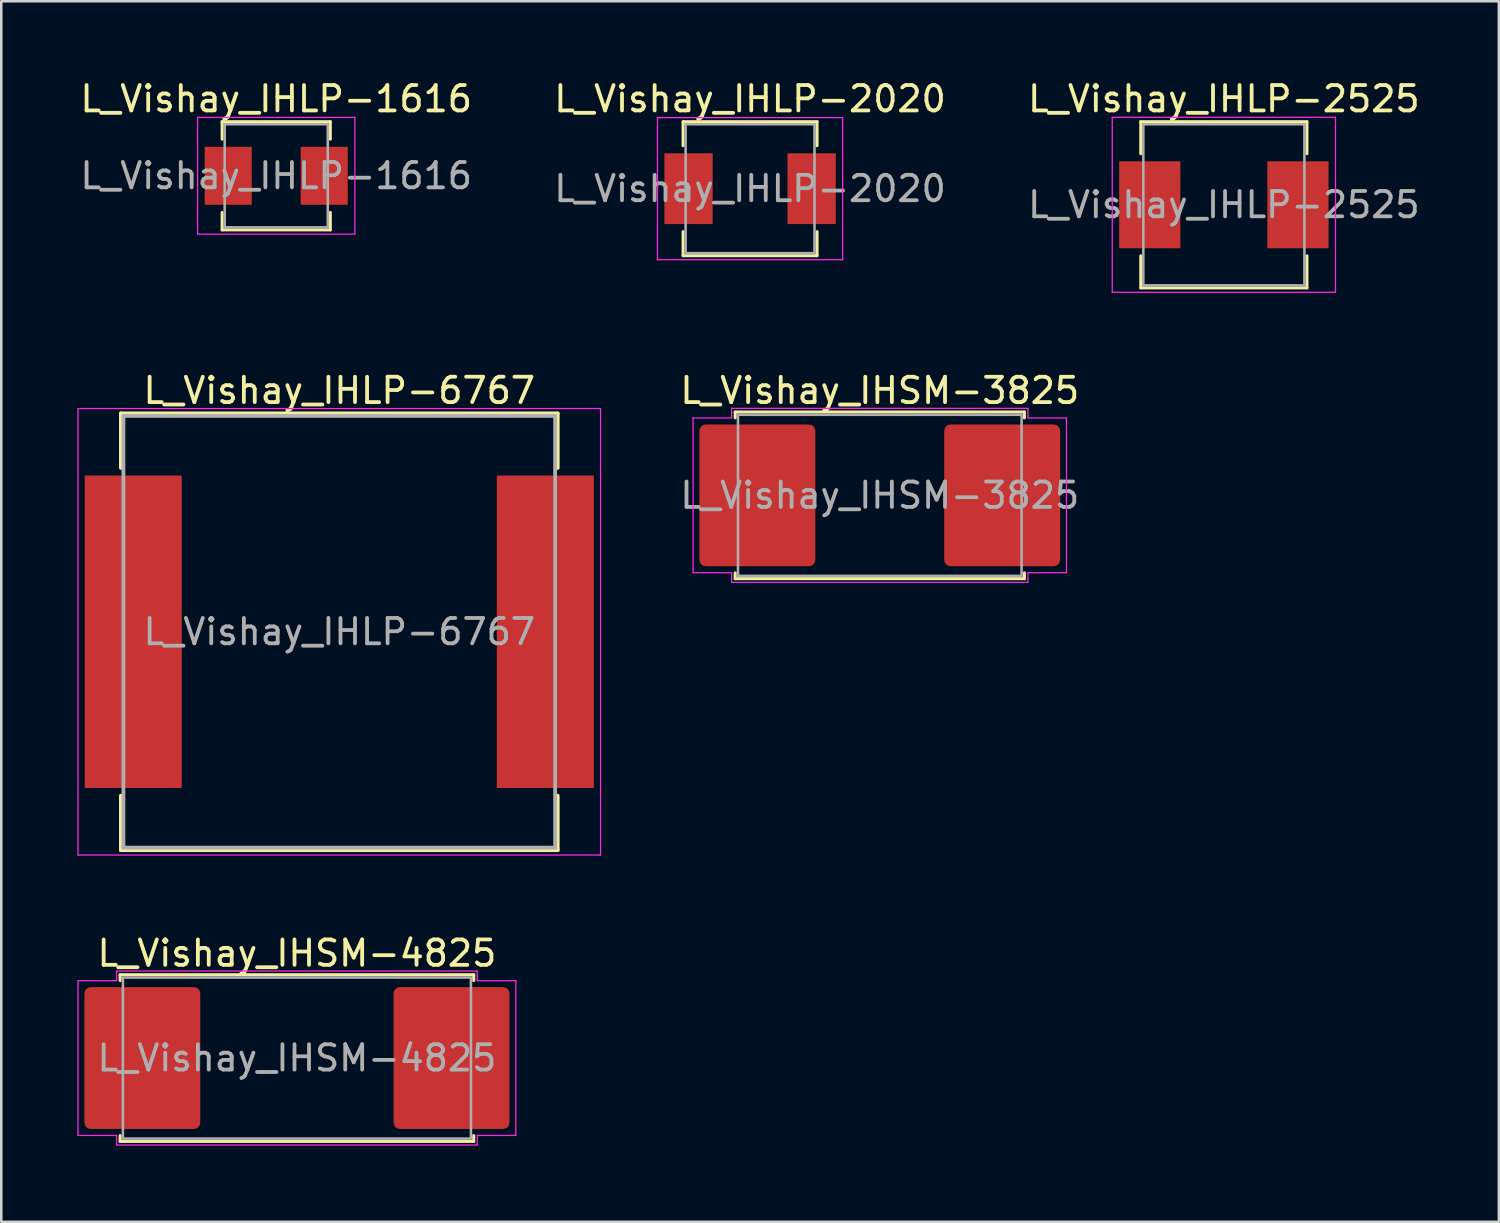
<source format=kicad_pcb>
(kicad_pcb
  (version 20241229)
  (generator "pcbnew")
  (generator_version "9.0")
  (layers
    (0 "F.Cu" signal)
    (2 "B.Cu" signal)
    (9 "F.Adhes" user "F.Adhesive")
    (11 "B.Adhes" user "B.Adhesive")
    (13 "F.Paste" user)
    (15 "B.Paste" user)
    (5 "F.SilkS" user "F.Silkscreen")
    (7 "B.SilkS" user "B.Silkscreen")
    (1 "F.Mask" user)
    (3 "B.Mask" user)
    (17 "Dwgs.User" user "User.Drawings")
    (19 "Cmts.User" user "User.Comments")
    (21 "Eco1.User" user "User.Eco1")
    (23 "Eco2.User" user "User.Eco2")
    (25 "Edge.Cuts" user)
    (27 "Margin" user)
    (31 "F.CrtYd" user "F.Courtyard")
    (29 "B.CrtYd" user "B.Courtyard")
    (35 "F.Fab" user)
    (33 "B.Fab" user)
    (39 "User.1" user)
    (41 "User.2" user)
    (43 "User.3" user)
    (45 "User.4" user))
  (footprint "L_Vishay_IHLP-6767"
    (layer "F.Cu")
    (at 10.325 21.855)
    (property "Reference" "L_Vishay_IHLP-6767" (at 0 -9.509 0) (layer "F.SilkS") (effects (font (size 1 1) (thickness 0.15))))
    (attr smd)
    (fp_line (start -8.609 -8.609) (end 8.609 -8.609) (stroke (width 0.15) (type solid)) (layer "F.SilkS"))
    (fp_line (start -8.609 -6.46) (end -8.609 -8.609) (stroke (width 0.15) (type solid)) (layer "F.SilkS"))
    (fp_line (start -8.609 6.46) (end -8.609 8.609) (stroke (width 0.15) (type solid)) (layer "F.SilkS"))
    (fp_line (start -8.609 8.609) (end 8.609 8.609) (stroke (width 0.15) (type solid)) (layer "F.SilkS"))
    (fp_line (start 8.609 -8.609) (end 8.609 -6.46) (stroke (width 0.15) (type solid)) (layer "F.SilkS"))
    (fp_line (start 8.609 8.609) (end 8.609 6.46) (stroke (width 0.15) (type solid)) (layer "F.SilkS"))
    (fp_line (start -10.3 -8.8) (end -10.3 8.8) (stroke (width 0.05) (type solid)) (layer "F.CrtYd"))
    (fp_line (start -10.3 8.8) (end 10.3 8.8) (stroke (width 0.05) (type solid)) (layer "F.CrtYd"))
    (fp_line (start 10.3 -8.8) (end -10.3 -8.8) (stroke (width 0.05) (type solid)) (layer "F.CrtYd"))
    (fp_line (start 10.3 8.8) (end 10.3 -8.8) (stroke (width 0.05) (type solid)) (layer "F.CrtYd"))
    (fp_line (start -8.509 -8.509) (end -8.509 8.509) (stroke (width 0.15) (type solid)) (layer "F.Fab"))
    (fp_line (start -8.509 8.509) (end 8.509 8.509) (stroke (width 0.15) (type solid)) (layer "F.Fab"))
    (fp_line (start 8.509 -8.509) (end -8.509 -8.509) (stroke (width 0.15) (type solid)) (layer "F.Fab"))
    (fp_line (start 8.509 8.509) (end 8.509 -8.509) (stroke (width 0.15) (type solid)) (layer "F.Fab"))
    (fp_text user "${REFERENCE}" (at 0 0 0) (layer "F.Fab") (effects (font (size 1 1) (thickness 0.15))))
    (pad "1" smd rect (at -8.123 0) (size 3.825 12.32) (layers "F.Cu" "F.Mask" "F.Paste"))
    (pad "2" smd rect (at 8.123 0) (size 3.825 12.32) (layers "F.Cu" "F.Mask" "F.Paste")))
  (footprint "L_Vishay_IHLP-1616"
    (layer "F.Cu")
    (at 7.839 3.88)
    (property "Reference" "L_Vishay_IHLP-1616" (at 0 -3.032 0) (layer "F.SilkS") (effects (font (size 1 1) (thickness 0.15))))
    (attr smd)
    (fp_line (start -2.132 -2.132) (end 2.132 -2.132) (stroke (width 0.12) (type solid)) (layer "F.SilkS"))
    (fp_line (start -2.132 -1.443) (end -2.132 -2.132) (stroke (width 0.12) (type solid)) (layer "F.SilkS"))
    (fp_line (start -2.132 1.443) (end -2.132 2.132) (stroke (width 0.12) (type solid)) (layer "F.SilkS"))
    (fp_line (start -2.132 2.132) (end 2.132 2.132) (stroke (width 0.12) (type solid)) (layer "F.SilkS"))
    (fp_line (start 2.132 -2.132) (end 2.132 -1.443) (stroke (width 0.12) (type solid)) (layer "F.SilkS"))
    (fp_line (start 2.132 2.132) (end 2.132 1.443) (stroke (width 0.12) (type solid)) (layer "F.SilkS"))
    (fp_line (start -3.1 -2.3) (end -3.1 2.3) (stroke (width 0.05) (type solid)) (layer "F.CrtYd"))
    (fp_line (start -3.1 2.3) (end 3.1 2.3) (stroke (width 0.05) (type solid)) (layer "F.CrtYd"))
    (fp_line (start 3.1 -2.3) (end -3.1 -2.3) (stroke (width 0.05) (type solid)) (layer "F.CrtYd"))
    (fp_line (start 3.1 2.3) (end 3.1 -2.3) (stroke (width 0.05) (type solid)) (layer "F.CrtYd"))
    (fp_line (start -2.032 -2.032) (end -2.032 2.032) (stroke (width 0.1) (type solid)) (layer "F.Fab"))
    (fp_line (start -2.032 2.032) (end 2.032 2.032) (stroke (width 0.1) (type solid)) (layer "F.Fab"))
    (fp_line (start 2.032 -2.032) (end -2.032 -2.032) (stroke (width 0.1) (type solid)) (layer "F.Fab"))
    (fp_line (start 2.032 2.032) (end 2.032 -2.032) (stroke (width 0.1) (type solid)) (layer "F.Fab"))
    (fp_text user "${REFERENCE}" (at 0 0 0) (layer "F.Fab") (effects (font (size 1 1) (thickness 0.15))))
    (pad "1" smd rect (at -1.892 0) (size 1.855 2.286) (layers "F.Cu" "F.Mask" "F.Paste"))
    (pad "2" smd rect (at 1.892 0) (size 1.855 2.286) (layers "F.Cu" "F.Mask" "F.Paste")))
  (footprint "L_Vishay_IHLP-2525"
    (layer "F.Cu")
    (at 45.196 5.023)
    (property "Reference" "L_Vishay_IHLP-2525" (at 0 -4.175 0) (layer "F.SilkS") (effects (font (size 1 1) (thickness 0.15))))
    (attr smd)
    (fp_line (start -3.275 -3.275) (end 3.275 -3.275) (stroke (width 0.12) (type solid)) (layer "F.SilkS"))
    (fp_line (start -3.275 -2.014) (end -3.275 -3.275) (stroke (width 0.12) (type solid)) (layer "F.SilkS"))
    (fp_line (start -3.275 2.014) (end -3.275 3.275) (stroke (width 0.12) (type solid)) (layer "F.SilkS"))
    (fp_line (start -3.275 3.275) (end 3.275 3.275) (stroke (width 0.12) (type solid)) (layer "F.SilkS"))
    (fp_line (start 3.275 -3.275) (end 3.275 -2.014) (stroke (width 0.12) (type solid)) (layer "F.SilkS"))
    (fp_line (start 3.275 3.275) (end 3.275 2.014) (stroke (width 0.12) (type solid)) (layer "F.SilkS"))
    (fp_line (start -4.4 -3.45) (end -4.4 3.45) (stroke (width 0.05) (type solid)) (layer "F.CrtYd"))
    (fp_line (start -4.4 3.45) (end 4.4 3.45) (stroke (width 0.05) (type solid)) (layer "F.CrtYd"))
    (fp_line (start 4.4 -3.45) (end -4.4 -3.45) (stroke (width 0.05) (type solid)) (layer "F.CrtYd"))
    (fp_line (start 4.4 3.45) (end 4.4 -3.45) (stroke (width 0.05) (type solid)) (layer "F.CrtYd"))
    (fp_line (start -3.175 -3.175) (end -3.175 3.175) (stroke (width 0.1) (type solid)) (layer "F.Fab"))
    (fp_line (start -3.175 3.175) (end 3.175 3.175) (stroke (width 0.1) (type solid)) (layer "F.Fab"))
    (fp_line (start 3.175 -3.175) (end -3.175 -3.175) (stroke (width 0.1) (type solid)) (layer "F.Fab"))
    (fp_line (start 3.175 3.175) (end 3.175 -3.175) (stroke (width 0.1) (type solid)) (layer "F.Fab"))
    (fp_text user "${REFERENCE}" (at 0 0 0) (layer "F.Fab") (effects (font (size 1 1) (thickness 0.15))))
    (pad "1" smd rect (at -2.921 0) (size 2.413 3.429) (layers "F.Cu" "F.Mask" "F.Paste"))
    (pad "2" smd rect (at 2.921 0) (size 2.413 3.429) (layers "F.Cu" "F.Mask" "F.Paste")))
  (footprint "L_Vishay_IHSM-3825"
    (layer "F.Cu")
    (at 31.632 16.477)
    (property "Reference" "L_Vishay_IHSM-3825" (at 0 -4.13 0) (layer "F.SilkS") (effects (font (size 1 1) (thickness 0.15))))
    (attr smd)
    (fp_line (start -5.7 -3.285) (end 5.7 -3.285) (stroke (width 0.12) (type solid)) (layer "F.SilkS"))
    (fp_line (start -5.7 -3.055) (end -5.7 -3.285) (stroke (width 0.12) (type solid)) (layer "F.SilkS"))
    (fp_line (start -5.7 3.285) (end -5.7 3.055) (stroke (width 0.12) (type solid)) (layer "F.SilkS"))
    (fp_line (start 5.7 -3.285) (end 5.7 -3.055) (stroke (width 0.12) (type solid)) (layer "F.SilkS"))
    (fp_line (start 5.7 3.055) (end 5.7 3.285) (stroke (width 0.12) (type solid)) (layer "F.SilkS"))
    (fp_line (start 5.7 3.285) (end -5.7 3.285) (stroke (width 0.12) (type solid)) (layer "F.SilkS"))
    (fp_line (start -7.36 -3.05) (end -5.84 -3.05) (stroke (width 0.05) (type solid)) (layer "F.CrtYd"))
    (fp_line (start -7.36 3.05) (end -7.36 -3.05) (stroke (width 0.05) (type solid)) (layer "F.CrtYd"))
    (fp_line (start -5.84 -3.43) (end 5.84 -3.43) (stroke (width 0.05) (type solid)) (layer "F.CrtYd"))
    (fp_line (start -5.84 -3.05) (end -5.84 -3.43) (stroke (width 0.05) (type solid)) (layer "F.CrtYd"))
    (fp_line (start -5.84 3.05) (end -7.36 3.05) (stroke (width 0.05) (type solid)) (layer "F.CrtYd"))
    (fp_line (start -5.84 3.43) (end -5.84 3.05) (stroke (width 0.05) (type solid)) (layer "F.CrtYd"))
    (fp_line (start 5.84 -3.43) (end 5.84 -3.05) (stroke (width 0.05) (type solid)) (layer "F.CrtYd"))
    (fp_line (start 5.84 -3.05) (end 7.36 -3.05) (stroke (width 0.05) (type solid)) (layer "F.CrtYd"))
    (fp_line (start 5.84 3.05) (end 5.84 3.43) (stroke (width 0.05) (type solid)) (layer "F.CrtYd"))
    (fp_line (start 5.84 3.43) (end -5.84 3.43) (stroke (width 0.05) (type solid)) (layer "F.CrtYd"))
    (fp_line (start 7.36 -3.05) (end 7.36 3.05) (stroke (width 0.05) (type solid)) (layer "F.CrtYd"))
    (fp_line (start 7.36 3.05) (end 5.84 3.05) (stroke (width 0.05) (type solid)) (layer "F.CrtYd"))
    (fp_rect (start -5.59 -3.175) (end 5.59 3.175) (stroke (width 0.1) (type solid)) (fill no) (layer "F.Fab"))
    (fp_text user "${REFERENCE}" (at 0 0 0) (layer "F.Fab") (effects (font (size 1 1) (thickness 0.15))))
    (pad "1" smd roundrect (at -4.825 0) (size 4.57 5.59) (layers "F.Cu" "F.Mask" "F.Paste") (roundrect_rratio 0.055))
    (pad "2" smd roundrect (at 4.825 0) (size 4.57 5.59) (layers "F.Cu" "F.Mask" "F.Paste") (roundrect_rratio 0.055)))
  (footprint "L_Vishay_IHLP-2020"
    (layer "F.Cu")
    (at 26.518 4.388)
    (property "Reference" "L_Vishay_IHLP-2020" (at 0 -3.54 0) (layer "F.SilkS") (effects (font (size 1 1) (thickness 0.15))))
    (attr smd)
    (fp_line (start -2.64 -2.64) (end 2.64 -2.64) (stroke (width 0.12) (type solid)) (layer "F.SilkS"))
    (fp_line (start -2.64 -1.695) (end -2.64 -2.64) (stroke (width 0.12) (type solid)) (layer "F.SilkS"))
    (fp_line (start -2.64 1.695) (end -2.64 2.64) (stroke (width 0.12) (type solid)) (layer "F.SilkS"))
    (fp_line (start -2.64 2.64) (end 2.64 2.64) (stroke (width 0.12) (type solid)) (layer "F.SilkS"))
    (fp_line (start 2.64 -2.64) (end 2.64 -1.695) (stroke (width 0.12) (type solid)) (layer "F.SilkS"))
    (fp_line (start 2.64 2.64) (end 2.64 1.695) (stroke (width 0.12) (type solid)) (layer "F.SilkS"))
    (fp_line (start -3.65 -2.8) (end -3.65 2.8) (stroke (width 0.05) (type solid)) (layer "F.CrtYd"))
    (fp_line (start -3.65 2.8) (end 3.65 2.8) (stroke (width 0.05) (type solid)) (layer "F.CrtYd"))
    (fp_line (start 3.65 -2.8) (end -3.65 -2.8) (stroke (width 0.05) (type solid)) (layer "F.CrtYd"))
    (fp_line (start 3.65 2.8) (end 3.65 -2.8) (stroke (width 0.05) (type solid)) (layer "F.CrtYd"))
    (fp_line (start -2.54 -2.54) (end -2.54 2.54) (stroke (width 0.1) (type solid)) (layer "F.Fab"))
    (fp_line (start -2.54 2.54) (end 2.54 2.54) (stroke (width 0.1) (type solid)) (layer "F.Fab"))
    (fp_line (start 2.54 -2.54) (end -2.54 -2.54) (stroke (width 0.1) (type solid)) (layer "F.Fab"))
    (fp_line (start 2.54 2.54) (end 2.54 -2.54) (stroke (width 0.1) (type solid)) (layer "F.Fab"))
    (fp_text user "${REFERENCE}" (at 0 0 0) (layer "F.Fab") (effects (font (size 1 1) (thickness 0.15))))
    (pad "1" smd rect (at -2.426 0) (size 1.903 2.79) (layers "F.Cu" "F.Mask" "F.Paste"))
    (pad "2" smd rect (at 2.426 0) (size 1.903 2.79) (layers "F.Cu" "F.Mask" "F.Paste")))
  (footprint "L_Vishay_IHSM-4825"
    (layer "F.Cu")
    (at 8.655 38.659)
    (property "Reference" "L_Vishay_IHSM-4825" (at 0 -4.13 0) (layer "F.SilkS") (effects (font (size 1 1) (thickness 0.15))))
    (attr smd)
    (fp_line (start -6.97 -3.285) (end 6.97 -3.285) (stroke (width 0.12) (type solid)) (layer "F.SilkS"))
    (fp_line (start -6.97 -3.055) (end -6.97 -3.285) (stroke (width 0.12) (type solid)) (layer "F.SilkS"))
    (fp_line (start -6.97 3.285) (end -6.97 3.055) (stroke (width 0.12) (type solid)) (layer "F.SilkS"))
    (fp_line (start 6.97 -3.285) (end 6.97 -3.055) (stroke (width 0.12) (type solid)) (layer "F.SilkS"))
    (fp_line (start 6.97 3.055) (end 6.97 3.285) (stroke (width 0.12) (type solid)) (layer "F.SilkS"))
    (fp_line (start 6.97 3.285) (end -6.97 3.285) (stroke (width 0.12) (type solid)) (layer "F.SilkS"))
    (fp_line (start -8.63 -3.05) (end -7.11 -3.05) (stroke (width 0.05) (type solid)) (layer "F.CrtYd"))
    (fp_line (start -8.63 3.05) (end -8.63 -3.05) (stroke (width 0.05) (type solid)) (layer "F.CrtYd"))
    (fp_line (start -7.11 -3.43) (end 7.11 -3.43) (stroke (width 0.05) (type solid)) (layer "F.CrtYd"))
    (fp_line (start -7.11 -3.05) (end -7.11 -3.43) (stroke (width 0.05) (type solid)) (layer "F.CrtYd"))
    (fp_line (start -7.11 3.05) (end -8.63 3.05) (stroke (width 0.05) (type solid)) (layer "F.CrtYd"))
    (fp_line (start -7.11 3.43) (end -7.11 3.05) (stroke (width 0.05) (type solid)) (layer "F.CrtYd"))
    (fp_line (start 7.11 -3.43) (end 7.11 -3.05) (stroke (width 0.05) (type solid)) (layer "F.CrtYd"))
    (fp_line (start 7.11 -3.05) (end 8.63 -3.05) (stroke (width 0.05) (type solid)) (layer "F.CrtYd"))
    (fp_line (start 7.11 3.05) (end 7.11 3.43) (stroke (width 0.05) (type solid)) (layer "F.CrtYd"))
    (fp_line (start 7.11 3.43) (end -7.11 3.43) (stroke (width 0.05) (type solid)) (layer "F.CrtYd"))
    (fp_line (start 8.63 -3.05) (end 8.63 3.05) (stroke (width 0.05) (type solid)) (layer "F.CrtYd"))
    (fp_line (start 8.63 3.05) (end 7.11 3.05) (stroke (width 0.05) (type solid)) (layer "F.CrtYd"))
    (fp_rect (start -6.86 -3.175) (end 6.86 3.175) (stroke (width 0.1) (type solid)) (fill no) (layer "F.Fab"))
    (fp_text user "${REFERENCE}" (at 0 0 0) (layer "F.Fab") (effects (font (size 1 1) (thickness 0.15))))
    (pad "1" smd roundrect (at -6.095 0) (size 4.57 5.59) (layers "F.Cu" "F.Mask" "F.Paste") (roundrect_rratio 0.055))
    (pad "2" smd roundrect (at 6.095 0) (size 4.57 5.59) (layers "F.Cu" "F.Mask" "F.Paste") (roundrect_rratio 0.055)))
  (gr_rect
    (start -3 -3)
    (end 56.036 45.114)
    (stroke (width 0.1) (type default))
    (fill no)
    (layer "Edge.Cuts")))
</source>
